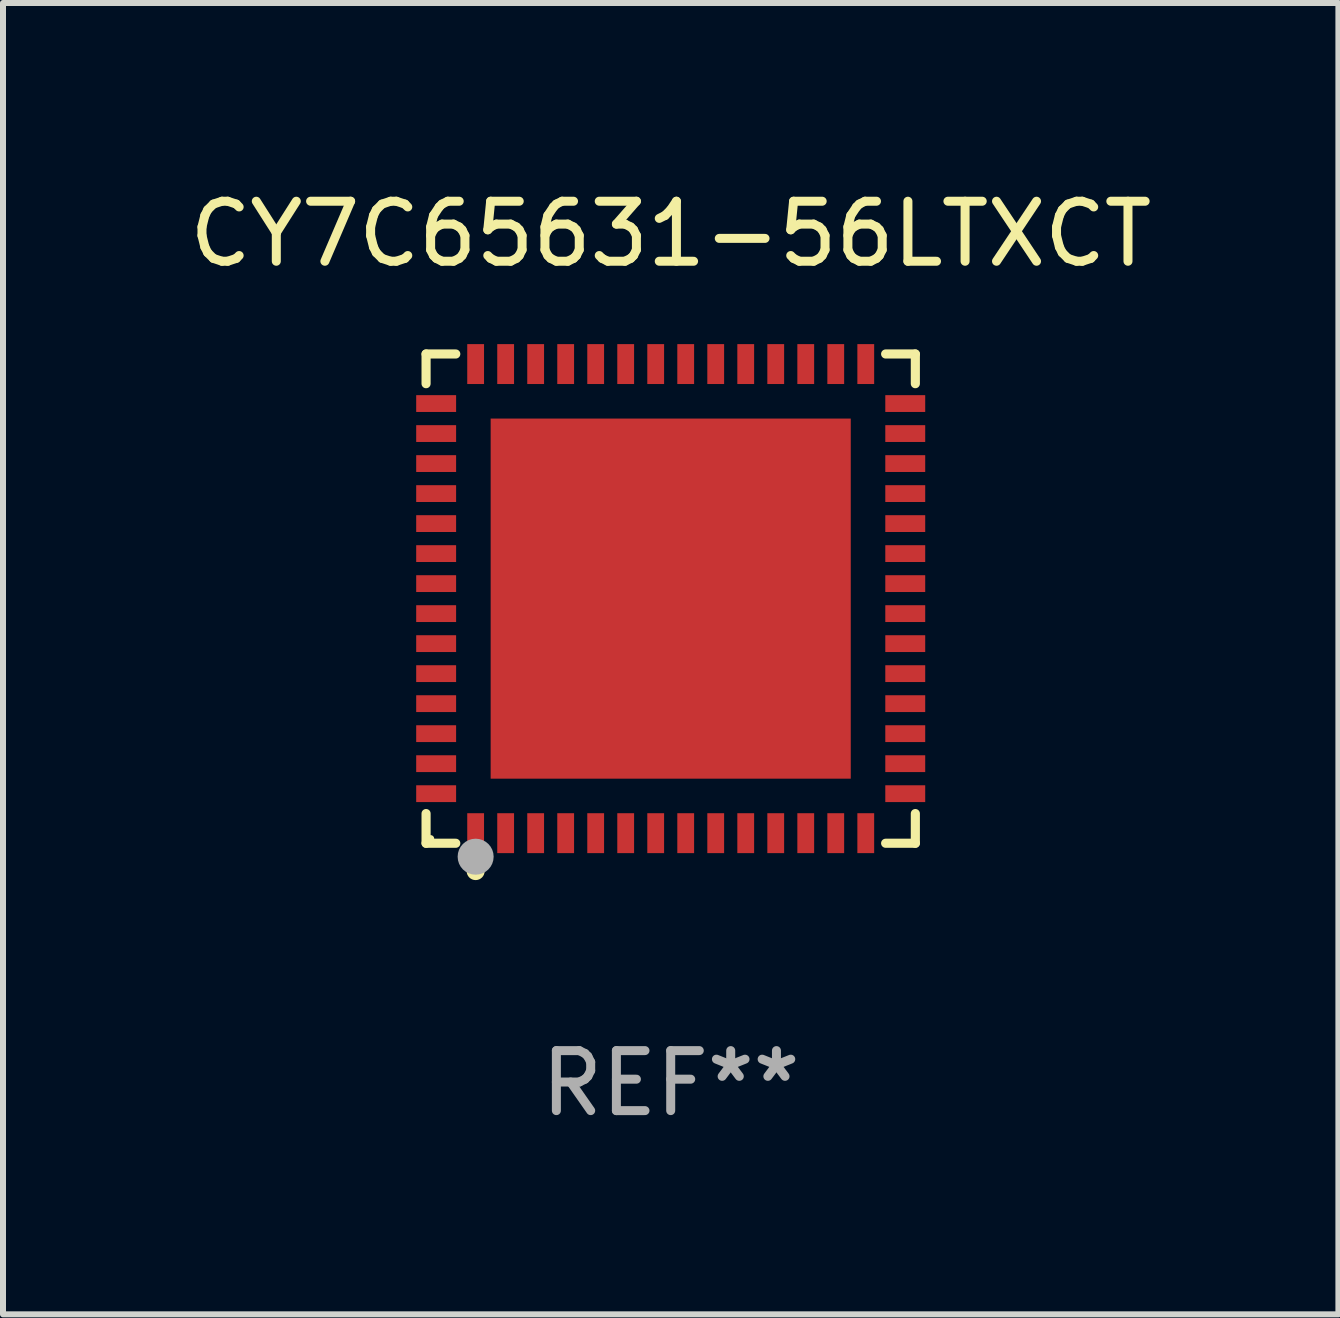
<source format=kicad_pcb>
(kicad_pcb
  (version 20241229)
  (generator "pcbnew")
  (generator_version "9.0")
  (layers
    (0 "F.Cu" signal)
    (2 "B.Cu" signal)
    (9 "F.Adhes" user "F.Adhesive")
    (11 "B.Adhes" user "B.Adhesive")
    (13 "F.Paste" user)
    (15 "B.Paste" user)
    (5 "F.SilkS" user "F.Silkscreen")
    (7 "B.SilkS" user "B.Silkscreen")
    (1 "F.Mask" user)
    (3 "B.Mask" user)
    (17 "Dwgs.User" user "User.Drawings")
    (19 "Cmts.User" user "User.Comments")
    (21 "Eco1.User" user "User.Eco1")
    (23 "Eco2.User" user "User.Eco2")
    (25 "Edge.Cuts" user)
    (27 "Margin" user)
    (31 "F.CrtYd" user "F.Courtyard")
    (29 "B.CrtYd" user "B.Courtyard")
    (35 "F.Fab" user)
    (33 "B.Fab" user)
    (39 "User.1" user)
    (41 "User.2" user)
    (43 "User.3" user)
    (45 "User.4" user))
  (footprint "CY7C65631-56LTXCT"
    (layer "F.Cu")
    (at 8.125 6.924)
    (property "Reference" "CY7C65631-56LTXCT" (at 0 -6.076 0) (layer "F.SilkS") (effects (font (size 1 1) (thickness 0.15))))
    (attr through_hole)
    (fp_line (start -4.076 -4.076) (end -3.581 -4.076) (stroke (width 0.152) (type solid)) (layer "F.SilkS"))
    (fp_line (start -4.076 -3.581) (end -4.076 -4.076) (stroke (width 0.152) (type solid)) (layer "F.SilkS"))
    (fp_line (start -4.076 3.581) (end -4.076 4.076) (stroke (width 0.152) (type solid)) (layer "F.SilkS"))
    (fp_line (start -4.076 4.076) (end -3.581 4.076) (stroke (width 0.152) (type solid)) (layer "F.SilkS"))
    (fp_line (start 4.076 -4.076) (end 3.581 -4.076) (stroke (width 0.152) (type solid)) (layer "F.SilkS"))
    (fp_line (start 4.076 -3.581) (end 4.076 -4.076) (stroke (width 0.152) (type solid)) (layer "F.SilkS"))
    (fp_line (start 4.076 3.581) (end 4.076 4.076) (stroke (width 0.152) (type solid)) (layer "F.SilkS"))
    (fp_line (start 4.076 4.076) (end 3.581 4.076) (stroke (width 0.152) (type solid)) (layer "F.SilkS"))
    (fp_circle (center -4 4) (end -3.97 4) (stroke (width 0.06) (type solid)) (fill no) (layer "F.SilkS"))
    (fp_circle (center -3.25 4.54) (end -3.175 4.54) (stroke (width 0.15) (type solid)) (fill no) (layer "F.SilkS"))
    (fp_circle (center -3.25 4.3) (end -3.1 4.3) (stroke (width 0.3) (type solid)) (fill no) (layer "F.Fab"))
    (fp_text user "REF**" (at 0 8.076 0) (layer "F.Fab") (effects (font (size 1 1) (thickness 0.15))))
    (pad "1" smd rect (at -3.25 3.908) (size 0.28 0.665) (layers "F.Cu" "F.Mask" "F.Paste"))
    (pad "2" smd rect (at -2.75 3.908) (size 0.28 0.665) (layers "F.Cu" "F.Mask" "F.Paste"))
    (pad "3" smd rect (at -2.25 3.908) (size 0.28 0.665) (layers "F.Cu" "F.Mask" "F.Paste"))
    (pad "4" smd rect (at -1.75 3.908) (size 0.28 0.665) (layers "F.Cu" "F.Mask" "F.Paste"))
    (pad "5" smd rect (at -1.25 3.908) (size 0.28 0.665) (layers "F.Cu" "F.Mask" "F.Paste"))
    (pad "6" smd rect (at -0.75 3.908) (size 0.28 0.665) (layers "F.Cu" "F.Mask" "F.Paste"))
    (pad "7" smd rect (at -0.25 3.908) (size 0.28 0.665) (layers "F.Cu" "F.Mask" "F.Paste"))
    (pad "8" smd rect (at 0.25 3.908) (size 0.28 0.665) (layers "F.Cu" "F.Mask" "F.Paste"))
    (pad "9" smd rect (at 0.75 3.908) (size 0.28 0.665) (layers "F.Cu" "F.Mask" "F.Paste"))
    (pad "10" smd rect (at 1.25 3.908) (size 0.28 0.665) (layers "F.Cu" "F.Mask" "F.Paste"))
    (pad "11" smd rect (at 1.75 3.908) (size 0.28 0.665) (layers "F.Cu" "F.Mask" "F.Paste"))
    (pad "12" smd rect (at 2.25 3.908) (size 0.28 0.665) (layers "F.Cu" "F.Mask" "F.Paste"))
    (pad "13" smd rect (at 2.75 3.908) (size 0.28 0.665) (layers "F.Cu" "F.Mask" "F.Paste"))
    (pad "14" smd rect (at 3.25 3.908) (size 0.28 0.665) (layers "F.Cu" "F.Mask" "F.Paste"))
    (pad "15" smd rect (at 3.908 3.25) (size 0.665 0.28) (layers "F.Cu" "F.Mask" "F.Paste"))
    (pad "16" smd rect (at 3.908 2.75) (size 0.665 0.28) (layers "F.Cu" "F.Mask" "F.Paste"))
    (pad "17" smd rect (at 3.908 2.25) (size 0.665 0.28) (layers "F.Cu" "F.Mask" "F.Paste"))
    (pad "18" smd rect (at 3.908 1.75) (size 0.665 0.28) (layers "F.Cu" "F.Mask" "F.Paste"))
    (pad "19" smd rect (at 3.908 1.25) (size 0.665 0.28) (layers "F.Cu" "F.Mask" "F.Paste"))
    (pad "20" smd rect (at 3.908 0.75) (size 0.665 0.28) (layers "F.Cu" "F.Mask" "F.Paste"))
    (pad "21" smd rect (at 3.908 0.25) (size 0.665 0.28) (layers "F.Cu" "F.Mask" "F.Paste"))
    (pad "22" smd rect (at 3.908 -0.25) (size 0.665 0.28) (layers "F.Cu" "F.Mask" "F.Paste"))
    (pad "23" smd rect (at 3.908 -0.75) (size 0.665 0.28) (layers "F.Cu" "F.Mask" "F.Paste"))
    (pad "24" smd rect (at 3.908 -1.25) (size 0.665 0.28) (layers "F.Cu" "F.Mask" "F.Paste"))
    (pad "25" smd rect (at 3.908 -1.75) (size 0.665 0.28) (layers "F.Cu" "F.Mask" "F.Paste"))
    (pad "26" smd rect (at 3.908 -2.25) (size 0.665 0.28) (layers "F.Cu" "F.Mask" "F.Paste"))
    (pad "27" smd rect (at 3.908 -2.75) (size 0.665 0.28) (layers "F.Cu" "F.Mask" "F.Paste"))
    (pad "28" smd rect (at 3.908 -3.25) (size 0.665 0.28) (layers "F.Cu" "F.Mask" "F.Paste"))
    (pad "29" smd rect (at 3.25 -3.908) (size 0.28 0.665) (layers "F.Cu" "F.Mask" "F.Paste"))
    (pad "30" smd rect (at 2.75 -3.908) (size 0.28 0.665) (layers "F.Cu" "F.Mask" "F.Paste"))
    (pad "31" smd rect (at 2.25 -3.908) (size 0.28 0.665) (layers "F.Cu" "F.Mask" "F.Paste"))
    (pad "32" smd rect (at 1.75 -3.908) (size 0.28 0.665) (layers "F.Cu" "F.Mask" "F.Paste"))
    (pad "33" smd rect (at 1.25 -3.908) (size 0.28 0.665) (layers "F.Cu" "F.Mask" "F.Paste"))
    (pad "34" smd rect (at 0.75 -3.908) (size 0.28 0.665) (layers "F.Cu" "F.Mask" "F.Paste"))
    (pad "35" smd rect (at 0.25 -3.908) (size 0.28 0.665) (layers "F.Cu" "F.Mask" "F.Paste"))
    (pad "36" smd rect (at -0.25 -3.908) (size 0.28 0.665) (layers "F.Cu" "F.Mask" "F.Paste"))
    (pad "37" smd rect (at -0.75 -3.908) (size 0.28 0.665) (layers "F.Cu" "F.Mask" "F.Paste"))
    (pad "38" smd rect (at -1.25 -3.908) (size 0.28 0.665) (layers "F.Cu" "F.Mask" "F.Paste"))
    (pad "39" smd rect (at -1.75 -3.908) (size 0.28 0.665) (layers "F.Cu" "F.Mask" "F.Paste"))
    (pad "40" smd rect (at -2.25 -3.908) (size 0.28 0.665) (layers "F.Cu" "F.Mask" "F.Paste"))
    (pad "41" smd rect (at -2.75 -3.908) (size 0.28 0.665) (layers "F.Cu" "F.Mask" "F.Paste"))
    (pad "42" smd rect (at -3.25 -3.908) (size 0.28 0.665) (layers "F.Cu" "F.Mask" "F.Paste"))
    (pad "43" smd rect (at -3.908 -3.25) (size 0.665 0.28) (layers "F.Cu" "F.Mask" "F.Paste"))
    (pad "44" smd rect (at -3.908 -2.75) (size 0.665 0.28) (layers "F.Cu" "F.Mask" "F.Paste"))
    (pad "45" smd rect (at -3.908 -2.25) (size 0.665 0.28) (layers "F.Cu" "F.Mask" "F.Paste"))
    (pad "46" smd rect (at -3.908 -1.75) (size 0.665 0.28) (layers "F.Cu" "F.Mask" "F.Paste"))
    (pad "47" smd rect (at -3.908 -1.25) (size 0.665 0.28) (layers "F.Cu" "F.Mask" "F.Paste"))
    (pad "48" smd rect (at -3.908 -0.75) (size 0.665 0.28) (layers "F.Cu" "F.Mask" "F.Paste"))
    (pad "49" smd rect (at -3.908 -0.25) (size 0.665 0.28) (layers "F.Cu" "F.Mask" "F.Paste"))
    (pad "50" smd rect (at -3.908 0.25) (size 0.665 0.28) (layers "F.Cu" "F.Mask" "F.Paste"))
    (pad "51" smd rect (at -3.908 0.75) (size 0.665 0.28) (layers "F.Cu" "F.Mask" "F.Paste"))
    (pad "52" smd rect (at -3.908 1.25) (size 0.665 0.28) (layers "F.Cu" "F.Mask" "F.Paste"))
    (pad "53" smd rect (at -3.908 1.75) (size 0.665 0.28) (layers "F.Cu" "F.Mask" "F.Paste"))
    (pad "54" smd rect (at -3.908 2.25) (size 0.665 0.28) (layers "F.Cu" "F.Mask" "F.Paste"))
    (pad "55" smd rect (at -3.908 2.75) (size 0.665 0.28) (layers "F.Cu" "F.Mask" "F.Paste"))
    (pad "56" smd rect (at -3.908 3.25) (size 0.665 0.28) (layers "F.Cu" "F.Mask" "F.Paste"))
    (pad "57" smd rect (at 0 0) (size 6 6) (layers "F.Cu" "F.Mask" "F.Paste")))
  (gr_rect
    (start -3 -3)
    (end 19.25 18.849)
    (stroke (width 0.1) (type default))
    (fill no)
    (layer "Edge.Cuts")))
</source>
